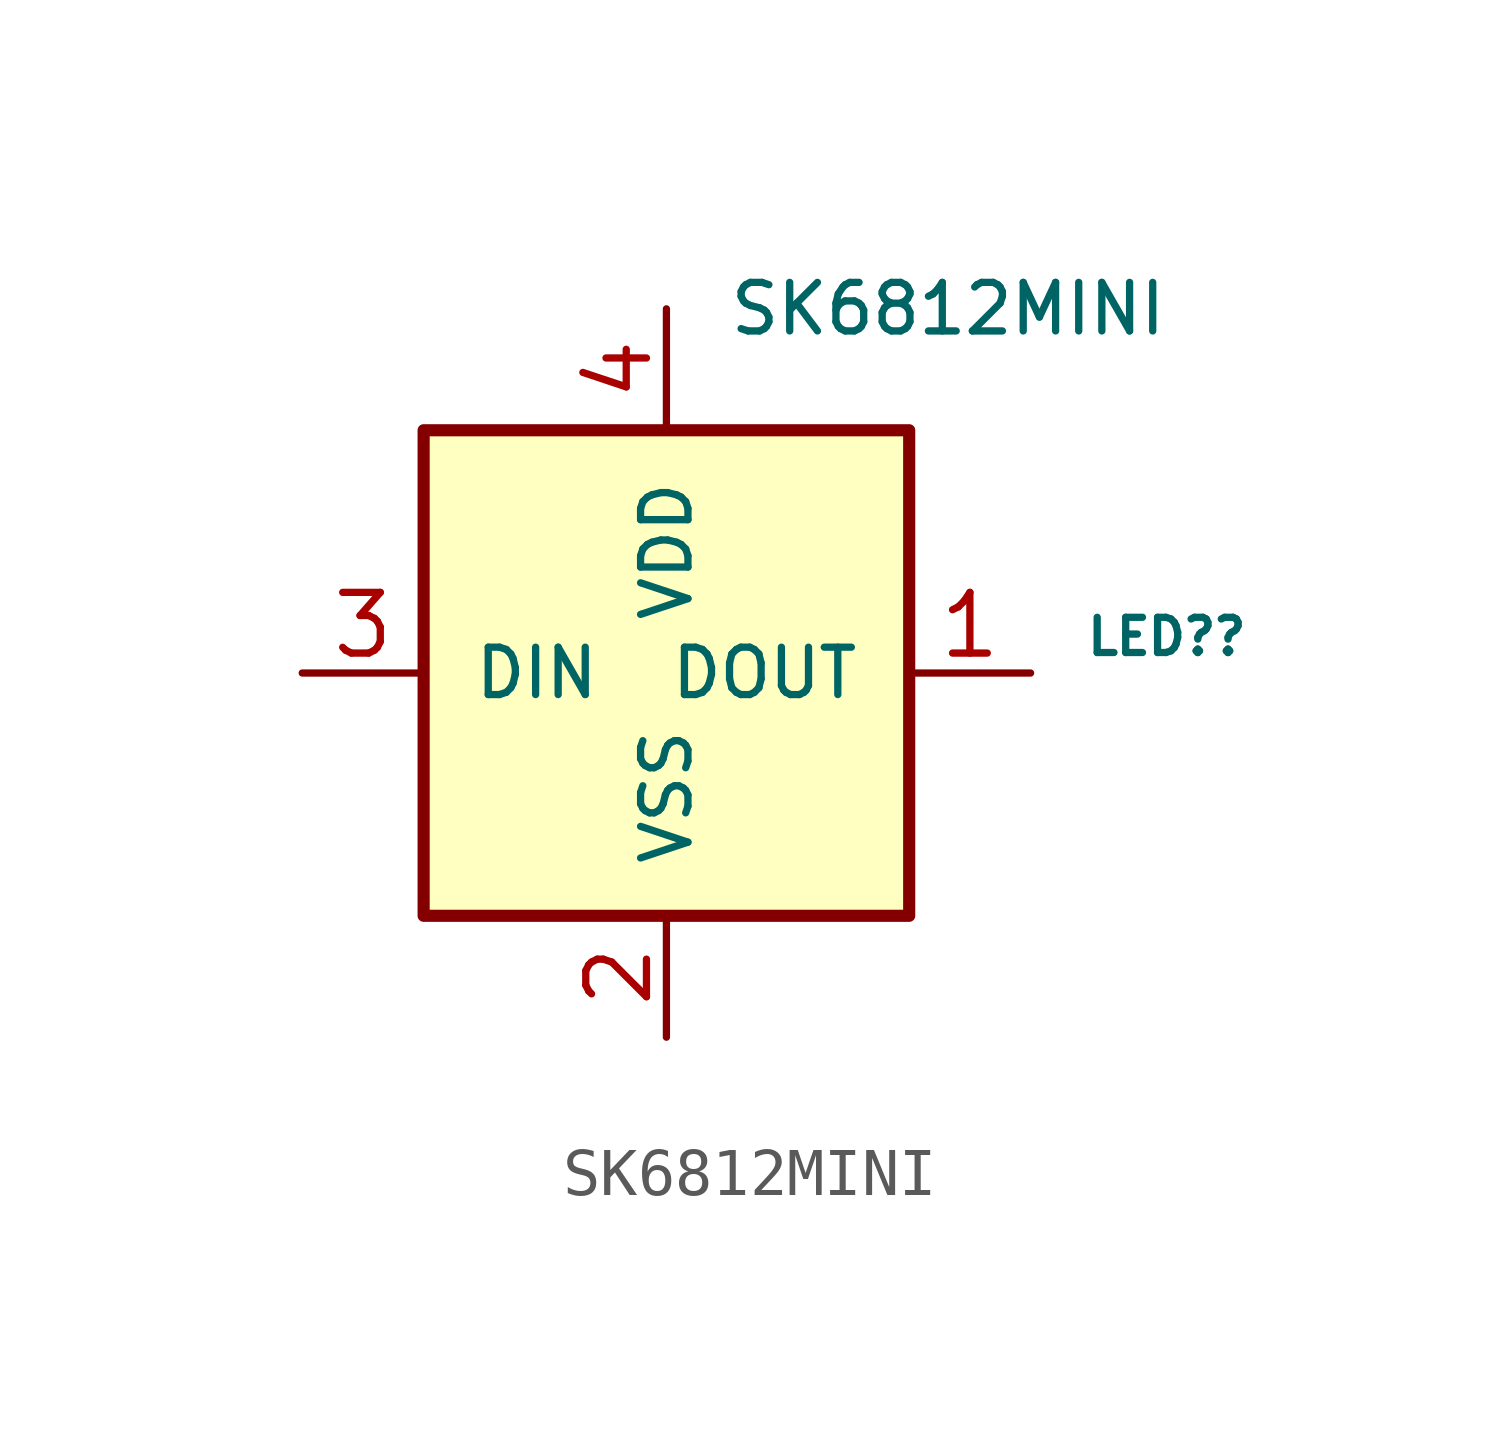
<source format=kicad_sym>
(kicad_symbol_lib
  (version 20211014)
  (generator kicad_symbol_editor)
  (symbol "SK6812MINI"
    (pin_names
      (offset 1.016))
    (property "Reference" "LED?"
      (at 8.738 0.762 0)
      (effects (font (size 0.737 0.737)) (justify left)))
    (property "Value" "SK6812MINI"
      (at 1.27 7.62 0)
      (effects (font (size 1.016 1.016)) (justify left)))
    (symbol "SK6812MINI_0_1"
      (rectangle (start -5.08 5.08) (end 5.08 -5.08) (stroke (width 0.254) (type default) (color 0 0 0 0)) (fill (type background))))
    (symbol "SK6812MINI_1_1"
      (pin output line (at 7.62 0 180) (length 2.54) (name "DOUT" (effects (font (size 0.991 0.991)))) (number "1" (effects (font (size 1.27 1.27)))))
      (pin power_in line (at 0 -7.62 90) (length 2.54) (name "VSS" (effects (font (size 0.991 0.991)))) (number "2" (effects (font (size 1.27 1.27)))))
      (pin input line (at -7.62 0 0) (length 2.54) (name "DIN" (effects (font (size 0.991 0.991)))) (number "3" (effects (font (size 1.27 1.27)))))
      (pin power_in line (at 0 7.62 270) (length 2.54) (name "VDD" (effects (font (size 0.991 0.991)))) (number "4" (effects (font (size 1.27 1.27))))))))
</source>
